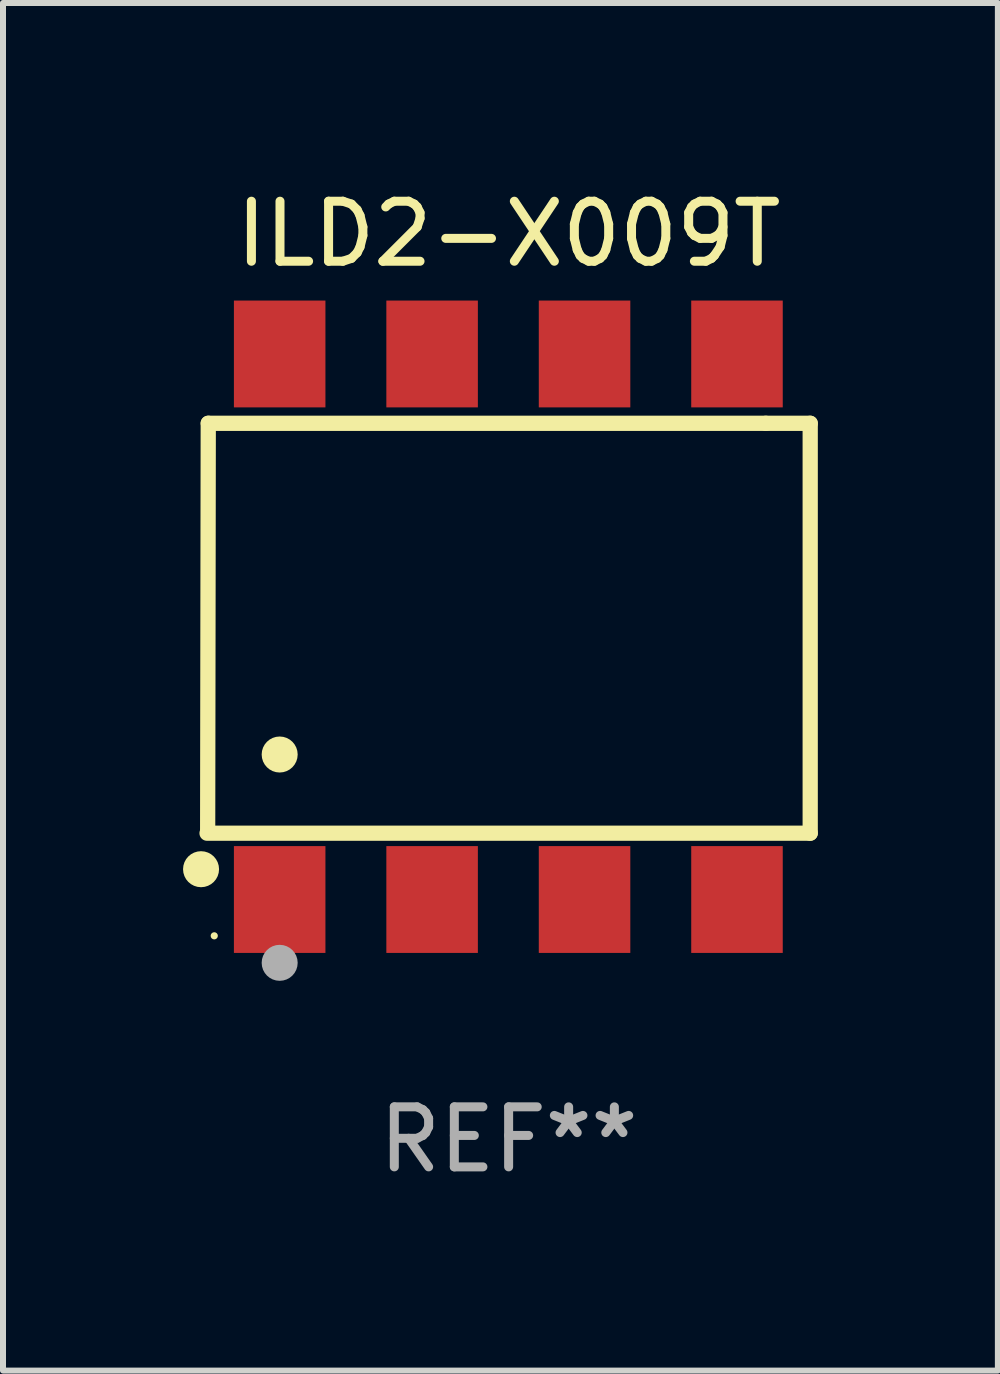
<source format=kicad_pcb>
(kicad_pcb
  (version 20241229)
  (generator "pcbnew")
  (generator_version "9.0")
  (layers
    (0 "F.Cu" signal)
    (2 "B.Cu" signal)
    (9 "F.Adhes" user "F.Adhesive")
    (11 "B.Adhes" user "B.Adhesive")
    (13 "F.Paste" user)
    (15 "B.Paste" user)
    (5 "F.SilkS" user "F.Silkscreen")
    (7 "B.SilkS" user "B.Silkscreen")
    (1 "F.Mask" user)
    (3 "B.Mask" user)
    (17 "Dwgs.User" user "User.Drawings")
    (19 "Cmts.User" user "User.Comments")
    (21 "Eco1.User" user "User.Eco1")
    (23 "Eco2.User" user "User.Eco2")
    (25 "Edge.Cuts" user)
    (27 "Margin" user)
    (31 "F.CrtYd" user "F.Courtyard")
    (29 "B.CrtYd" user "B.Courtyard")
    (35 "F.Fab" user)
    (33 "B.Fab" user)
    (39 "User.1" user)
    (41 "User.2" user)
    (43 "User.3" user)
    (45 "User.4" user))
  (footprint "ILD2-X009T"
    (layer "F.Cu")
    (at 5.425 7.393)
    (property "Reference" "ILD2-X009T" (at 0 -6.545 0) (layer "F.SilkS") (effects (font (size 1 1) (thickness 0.15))))
    (attr through_hole)
    (fp_line (start -5.005 -3.39) (end -5.015 3.42) (stroke (width 0.254) (type solid)) (layer "F.SilkS"))
    (fp_line (start 4.285 -3.39) (end -5.005 -3.39) (stroke (width 0.254) (type solid)) (layer "F.SilkS"))
    (fp_line (start 4.285 -3.39) (end 5.025 -3.39) (stroke (width 0.254) (type solid)) (layer "F.SilkS"))
    (fp_line (start 5.025 -3.39) (end 5.025 3.44) (stroke (width 0.254) (type solid)) (layer "F.SilkS"))
    (fp_line (start 5.025 3.44) (end -5.025 3.44) (stroke (width 0.254) (type solid)) (layer "F.SilkS"))
    (fp_circle (center -5.125 4.04) (end -4.975 4.04) (stroke (width 0.3) (type solid)) (fill no) (layer "F.SilkS"))
    (fp_circle (center -4.905 5.15) (end -4.875 5.15) (stroke (width 0.06) (type solid)) (fill no) (layer "F.SilkS"))
    (fp_circle (center -3.815 2.129) (end -3.665 2.129) (stroke (width 0.3) (type solid)) (fill no) (layer "F.SilkS"))
    (fp_circle (center -3.815 5.6) (end -3.665 5.6) (stroke (width 0.3) (type solid)) (fill no) (layer "F.Fab"))
    (fp_text user "REF**" (at 0 8.545 0) (layer "F.Fab") (effects (font (size 1 1) (thickness 0.15))))
    (pad "1" smd rect (at -3.815 4.545) (size 1.525 1.78) (layers "F.Cu" "F.Mask" "F.Paste"))
    (pad "2" smd rect (at -1.275 4.545) (size 1.525 1.78) (layers "F.Cu" "F.Mask" "F.Paste"))
    (pad "3" smd rect (at 1.265 4.545) (size 1.525 1.78) (layers "F.Cu" "F.Mask" "F.Paste"))
    (pad "4" smd rect (at 3.805 4.545) (size 1.525 1.78) (layers "F.Cu" "F.Mask" "F.Paste"))
    (pad "5" smd rect (at 3.805 -4.545) (size 1.525 1.78) (layers "F.Cu" "F.Mask" "F.Paste"))
    (pad "6" smd rect (at 1.265 -4.545) (size 1.525 1.78) (layers "F.Cu" "F.Mask" "F.Paste"))
    (pad "7" smd rect (at -1.275 -4.545) (size 1.525 1.78) (layers "F.Cu" "F.Mask" "F.Paste"))
    (pad "8" smd rect (at -3.815 -4.545) (size 1.525 1.78) (layers "F.Cu" "F.Mask" "F.Paste")))
  (gr_rect
    (start -3 -3)
    (end 13.577 19.787)
    (stroke (width 0.1) (type default))
    (fill no)
    (layer "Edge.Cuts")))
</source>
